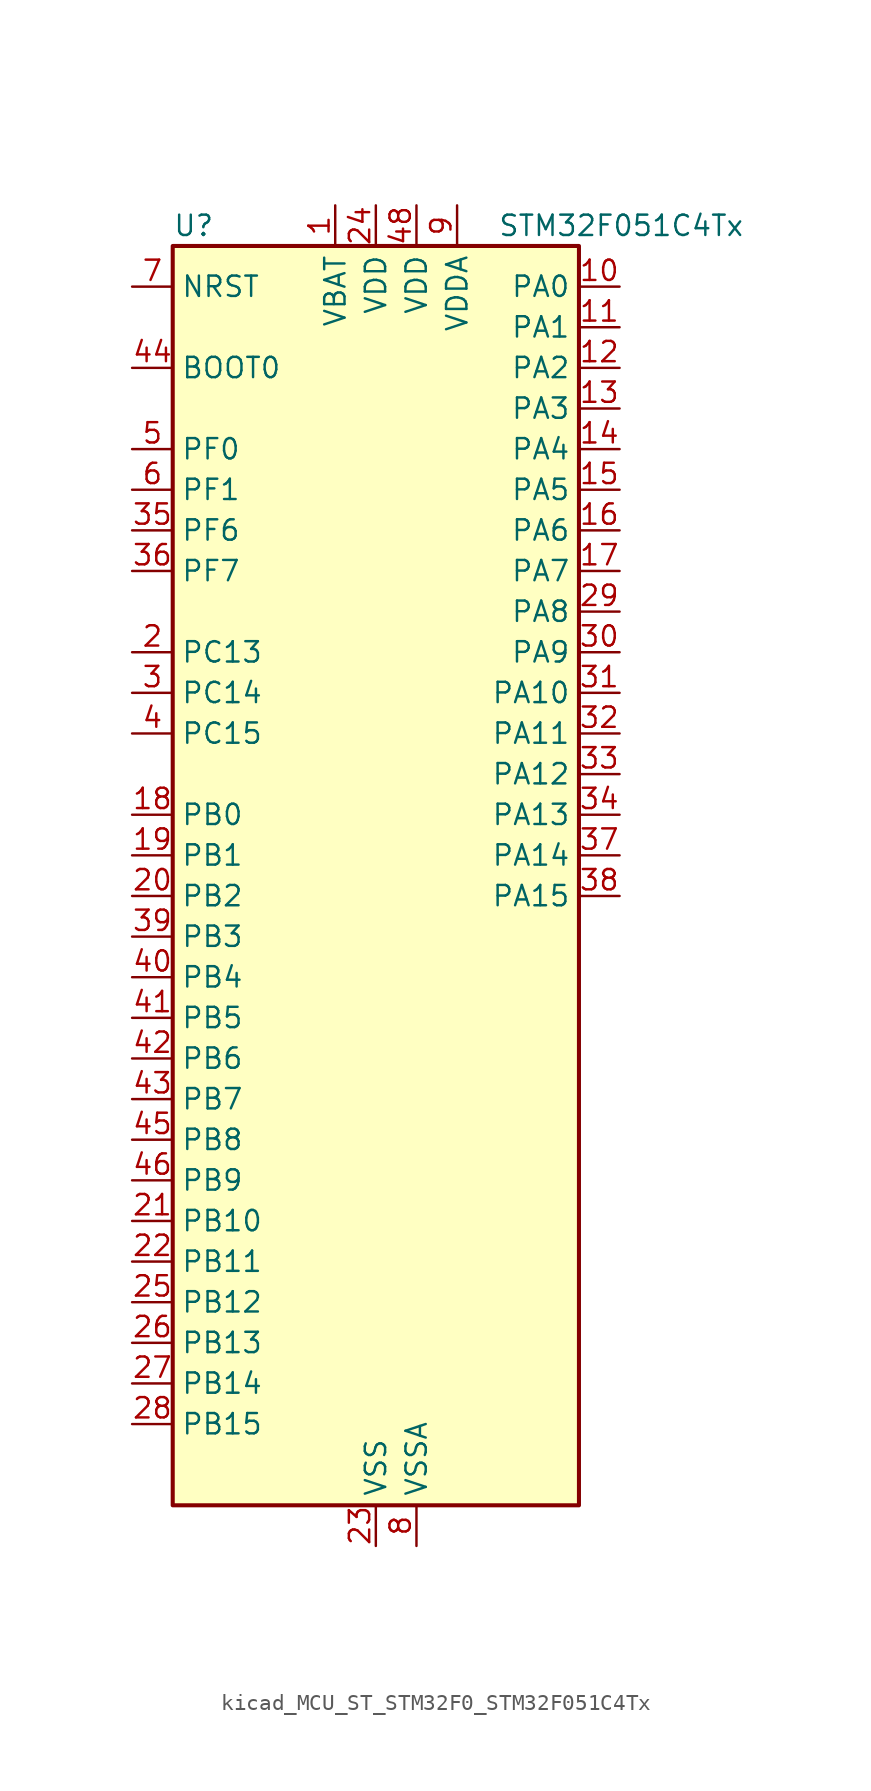
<source format=kicad_sym>
(kicad_symbol_lib
  (version 20220914)
  (generator kicad_symbol_editor)
  (symbol "kicad_MCU_ST_STM32F0_STM32F051C4Tx"
    (property "Reference" "U"
      (at -12.7 41.91 0)
      (effects (font (size 1.27 1.27)) (justify left)))
    (property "Value" "STM32F051C4Tx"
      (at 7.62 41.91 0)
      (effects (font (size 1.27 1.27)) (justify left)))
    (property "ki_locked" ""
      (at 0 0 0)
      (effects (font (size 1.27 1.27))))
    (symbol "kicad_MCU_ST_STM32F0_STM32F051C4Tx_0_1"
      (rectangle (start -12.7 -38.1) (end 12.7 40.64) (stroke (width 0.254) (type default)) (fill (type background))))
    (symbol "kicad_MCU_ST_STM32F0_STM32F051C4Tx_1_1"
      (pin power_in line (at -2.54 43.18 270) (length 2.54) (name "VBAT" (effects (font (size 1.27 1.27)))) (number "1" (effects (font (size 1.27 1.27)))))
      (pin bidirectional line (at 15.24 38.1 180) (length 2.54) (name "PA0" (effects (font (size 1.27 1.27)))) (number "10" (effects (font (size 1.27 1.27)))) (alternate "ADC_IN0" bidirectional line) (alternate "COMP1_INM" bidirectional line) (alternate "COMP1_OUT" bidirectional line) (alternate "RTC_TAMP2" bidirectional line) (alternate "SYS_WKUP1" bidirectional line) (alternate "TIM2_CH1" bidirectional line) (alternate "TIM2_ETR" bidirectional line) (alternate "TSC_G1_IO1" bidirectional line))
      (pin bidirectional line (at 15.24 35.56 180) (length 2.54) (name "PA1" (effects (font (size 1.27 1.27)))) (number "11" (effects (font (size 1.27 1.27)))) (alternate "ADC_IN1" bidirectional line) (alternate "COMP1_INP" bidirectional line) (alternate "TIM2_CH2" bidirectional line) (alternate "TSC_G1_IO2" bidirectional line))
      (pin bidirectional line (at 15.24 33.02 180) (length 2.54) (name "PA2" (effects (font (size 1.27 1.27)))) (number "12" (effects (font (size 1.27 1.27)))) (alternate "ADC_IN2" bidirectional line) (alternate "COMP2_INM" bidirectional line) (alternate "COMP2_OUT" bidirectional line) (alternate "TIM15_CH1" bidirectional line) (alternate "TIM2_CH3" bidirectional line) (alternate "TSC_G1_IO3" bidirectional line))
      (pin bidirectional line (at 15.24 30.48 180) (length 2.54) (name "PA3" (effects (font (size 1.27 1.27)))) (number "13" (effects (font (size 1.27 1.27)))) (alternate "ADC_IN3" bidirectional line) (alternate "COMP2_INP" bidirectional line) (alternate "TIM15_CH2" bidirectional line) (alternate "TIM2_CH4" bidirectional line) (alternate "TSC_G1_IO4" bidirectional line))
      (pin bidirectional line (at 15.24 27.94 180) (length 2.54) (name "PA4" (effects (font (size 1.27 1.27)))) (number "14" (effects (font (size 1.27 1.27)))) (alternate "ADC_IN4" bidirectional line) (alternate "COMP1_INM" bidirectional line) (alternate "COMP2_INM" bidirectional line) (alternate "DAC1_OUT1" bidirectional line) (alternate "I2S1_WS" bidirectional line) (alternate "SPI1_NSS" bidirectional line) (alternate "TIM14_CH1" bidirectional line) (alternate "TSC_G2_IO1" bidirectional line))
      (pin bidirectional line (at 15.24 25.4 180) (length 2.54) (name "PA5" (effects (font (size 1.27 1.27)))) (number "15" (effects (font (size 1.27 1.27)))) (alternate "ADC_IN5" bidirectional line) (alternate "CEC" bidirectional line) (alternate "COMP1_INM" bidirectional line) (alternate "COMP2_INM" bidirectional line) (alternate "I2S1_CK" bidirectional line) (alternate "SPI1_SCK" bidirectional line) (alternate "TIM2_CH1" bidirectional line) (alternate "TIM2_ETR" bidirectional line) (alternate "TSC_G2_IO2" bidirectional line))
      (pin bidirectional line (at 15.24 22.86 180) (length 2.54) (name "PA6" (effects (font (size 1.27 1.27)))) (number "16" (effects (font (size 1.27 1.27)))) (alternate "ADC_IN6" bidirectional line) (alternate "COMP1_OUT" bidirectional line) (alternate "I2S1_MCK" bidirectional line) (alternate "SPI1_MISO" bidirectional line) (alternate "TIM16_CH1" bidirectional line) (alternate "TIM1_BKIN" bidirectional line) (alternate "TIM3_CH1" bidirectional line) (alternate "TSC_G2_IO3" bidirectional line))
      (pin bidirectional line (at 15.24 20.32 180) (length 2.54) (name "PA7" (effects (font (size 1.27 1.27)))) (number "17" (effects (font (size 1.27 1.27)))) (alternate "ADC_IN7" bidirectional line) (alternate "COMP2_OUT" bidirectional line) (alternate "I2S1_SD" bidirectional line) (alternate "SPI1_MOSI" bidirectional line) (alternate "TIM14_CH1" bidirectional line) (alternate "TIM17_CH1" bidirectional line) (alternate "TIM1_CH1N" bidirectional line) (alternate "TIM3_CH2" bidirectional line) (alternate "TSC_G2_IO4" bidirectional line))
      (pin bidirectional line (at -15.24 5.08 0) (length 2.54) (name "PB0" (effects (font (size 1.27 1.27)))) (number "18" (effects (font (size 1.27 1.27)))) (alternate "ADC_IN8" bidirectional line) (alternate "TIM1_CH2N" bidirectional line) (alternate "TIM3_CH3" bidirectional line) (alternate "TSC_G3_IO2" bidirectional line))
      (pin bidirectional line (at -15.24 2.54 0) (length 2.54) (name "PB1" (effects (font (size 1.27 1.27)))) (number "19" (effects (font (size 1.27 1.27)))) (alternate "ADC_IN9" bidirectional line) (alternate "TIM14_CH1" bidirectional line) (alternate "TIM1_CH3N" bidirectional line) (alternate "TIM3_CH4" bidirectional line) (alternate "TSC_G3_IO3" bidirectional line))
      (pin bidirectional line (at -15.24 15.24 0) (length 2.54) (name "PC13" (effects (font (size 1.27 1.27)))) (number "2" (effects (font (size 1.27 1.27)))) (alternate "RTC_OUT_ALARM" bidirectional line) (alternate "RTC_OUT_CALIB" bidirectional line) (alternate "RTC_TAMP1" bidirectional line) (alternate "RTC_TS" bidirectional line) (alternate "SYS_WKUP2" bidirectional line))
      (pin bidirectional line (at -15.24 0 0) (length 2.54) (name "PB2" (effects (font (size 1.27 1.27)))) (number "20" (effects (font (size 1.27 1.27)))) (alternate "TSC_G3_IO4" bidirectional line))
      (pin bidirectional line (at -15.24 -20.32 0) (length 2.54) (name "PB10" (effects (font (size 1.27 1.27)))) (number "21" (effects (font (size 1.27 1.27)))) (alternate "CEC" bidirectional line) (alternate "TIM2_CH3" bidirectional line) (alternate "TSC_SYNC" bidirectional line))
      (pin bidirectional line (at -15.24 -22.86 0) (length 2.54) (name "PB11" (effects (font (size 1.27 1.27)))) (number "22" (effects (font (size 1.27 1.27)))) (alternate "TIM2_CH4" bidirectional line) (alternate "TSC_G6_IO1" bidirectional line))
      (pin power_in line (at 0 -40.64 90) (length 2.54) (name "VSS" (effects (font (size 1.27 1.27)))) (number "23" (effects (font (size 1.27 1.27)))))
      (pin power_in line (at 0 43.18 270) (length 2.54) (name "VDD" (effects (font (size 1.27 1.27)))) (number "24" (effects (font (size 1.27 1.27)))))
      (pin bidirectional line (at -15.24 -25.4 0) (length 2.54) (name "PB12" (effects (font (size 1.27 1.27)))) (number "25" (effects (font (size 1.27 1.27)))) (alternate "TIM1_BKIN" bidirectional line) (alternate "TSC_G6_IO2" bidirectional line))
      (pin bidirectional line (at -15.24 -27.94 0) (length 2.54) (name "PB13" (effects (font (size 1.27 1.27)))) (number "26" (effects (font (size 1.27 1.27)))) (alternate "TIM1_CH1N" bidirectional line) (alternate "TSC_G6_IO3" bidirectional line))
      (pin bidirectional line (at -15.24 -30.48 0) (length 2.54) (name "PB14" (effects (font (size 1.27 1.27)))) (number "27" (effects (font (size 1.27 1.27)))) (alternate "TIM15_CH1" bidirectional line) (alternate "TIM1_CH2N" bidirectional line) (alternate "TSC_G6_IO4" bidirectional line))
      (pin bidirectional line (at -15.24 -33.02 0) (length 2.54) (name "PB15" (effects (font (size 1.27 1.27)))) (number "28" (effects (font (size 1.27 1.27)))) (alternate "RTC_REFIN" bidirectional line) (alternate "TIM15_CH1N" bidirectional line) (alternate "TIM15_CH2" bidirectional line) (alternate "TIM1_CH3N" bidirectional line))
      (pin bidirectional line (at 15.24 17.78 180) (length 2.54) (name "PA8" (effects (font (size 1.27 1.27)))) (number "29" (effects (font (size 1.27 1.27)))) (alternate "RCC_MCO" bidirectional line) (alternate "TIM1_CH1" bidirectional line) (alternate "USART1_CK" bidirectional line))
      (pin bidirectional line (at -15.24 12.7 0) (length 2.54) (name "PC14" (effects (font (size 1.27 1.27)))) (number "3" (effects (font (size 1.27 1.27)))) (alternate "RCC_OSC32_IN" bidirectional line))
      (pin bidirectional line (at 15.24 15.24 180) (length 2.54) (name "PA9" (effects (font (size 1.27 1.27)))) (number "30" (effects (font (size 1.27 1.27)))) (alternate "DAC1_EXTI9" bidirectional line) (alternate "TIM15_BKIN" bidirectional line) (alternate "TIM1_CH2" bidirectional line) (alternate "TSC_G4_IO1" bidirectional line) (alternate "USART1_TX" bidirectional line))
      (pin bidirectional line (at 15.24 12.7 180) (length 2.54) (name "PA10" (effects (font (size 1.27 1.27)))) (number "31" (effects (font (size 1.27 1.27)))) (alternate "TIM17_BKIN" bidirectional line) (alternate "TIM1_CH3" bidirectional line) (alternate "TSC_G4_IO2" bidirectional line) (alternate "USART1_RX" bidirectional line))
      (pin bidirectional line (at 15.24 10.16 180) (length 2.54) (name "PA11" (effects (font (size 1.27 1.27)))) (number "32" (effects (font (size 1.27 1.27)))) (alternate "COMP1_OUT" bidirectional line) (alternate "TIM1_CH4" bidirectional line) (alternate "TSC_G4_IO3" bidirectional line) (alternate "USART1_CTS" bidirectional line))
      (pin bidirectional line (at 15.24 7.62 180) (length 2.54) (name "PA12" (effects (font (size 1.27 1.27)))) (number "33" (effects (font (size 1.27 1.27)))) (alternate "COMP2_OUT" bidirectional line) (alternate "TIM1_ETR" bidirectional line) (alternate "TSC_G4_IO4" bidirectional line) (alternate "USART1_DE" bidirectional line) (alternate "USART1_RTS" bidirectional line))
      (pin bidirectional line (at 15.24 5.08 180) (length 2.54) (name "PA13" (effects (font (size 1.27 1.27)))) (number "34" (effects (font (size 1.27 1.27)))) (alternate "IR_OUT" bidirectional line) (alternate "SYS_SWDIO" bidirectional line))
      (pin bidirectional line (at -15.24 22.86 0) (length 2.54) (name "PF6" (effects (font (size 1.27 1.27)))) (number "35" (effects (font (size 1.27 1.27)))))
      (pin bidirectional line (at -15.24 20.32 0) (length 2.54) (name "PF7" (effects (font (size 1.27 1.27)))) (number "36" (effects (font (size 1.27 1.27)))))
      (pin bidirectional line (at 15.24 2.54 180) (length 2.54) (name "PA14" (effects (font (size 1.27 1.27)))) (number "37" (effects (font (size 1.27 1.27)))) (alternate "SYS_SWCLK" bidirectional line))
      (pin bidirectional line (at 15.24 0 180) (length 2.54) (name "PA15" (effects (font (size 1.27 1.27)))) (number "38" (effects (font (size 1.27 1.27)))) (alternate "I2S1_WS" bidirectional line) (alternate "SPI1_NSS" bidirectional line) (alternate "TIM2_CH1" bidirectional line) (alternate "TIM2_ETR" bidirectional line))
      (pin bidirectional line (at -15.24 -2.54 0) (length 2.54) (name "PB3" (effects (font (size 1.27 1.27)))) (number "39" (effects (font (size 1.27 1.27)))) (alternate "I2S1_CK" bidirectional line) (alternate "SPI1_SCK" bidirectional line) (alternate "TIM2_CH2" bidirectional line) (alternate "TSC_G5_IO1" bidirectional line))
      (pin bidirectional line (at -15.24 10.16 0) (length 2.54) (name "PC15" (effects (font (size 1.27 1.27)))) (number "4" (effects (font (size 1.27 1.27)))) (alternate "RCC_OSC32_OUT" bidirectional line))
      (pin bidirectional line (at -15.24 -5.08 0) (length 2.54) (name "PB4" (effects (font (size 1.27 1.27)))) (number "40" (effects (font (size 1.27 1.27)))) (alternate "I2S1_MCK" bidirectional line) (alternate "SPI1_MISO" bidirectional line) (alternate "TIM3_CH1" bidirectional line) (alternate "TSC_G5_IO2" bidirectional line))
      (pin bidirectional line (at -15.24 -7.62 0) (length 2.54) (name "PB5" (effects (font (size 1.27 1.27)))) (number "41" (effects (font (size 1.27 1.27)))) (alternate "I2C1_SMBA" bidirectional line) (alternate "I2S1_SD" bidirectional line) (alternate "SPI1_MOSI" bidirectional line) (alternate "TIM16_BKIN" bidirectional line) (alternate "TIM3_CH2" bidirectional line))
      (pin bidirectional line (at -15.24 -10.16 0) (length 2.54) (name "PB6" (effects (font (size 1.27 1.27)))) (number "42" (effects (font (size 1.27 1.27)))) (alternate "I2C1_SCL" bidirectional line) (alternate "TIM16_CH1N" bidirectional line) (alternate "TSC_G5_IO3" bidirectional line) (alternate "USART1_TX" bidirectional line))
      (pin bidirectional line (at -15.24 -12.7 0) (length 2.54) (name "PB7" (effects (font (size 1.27 1.27)))) (number "43" (effects (font (size 1.27 1.27)))) (alternate "I2C1_SDA" bidirectional line) (alternate "TIM17_CH1N" bidirectional line) (alternate "TSC_G5_IO4" bidirectional line) (alternate "USART1_RX" bidirectional line))
      (pin input line (at -15.24 33.02 0) (length 2.54) (name "BOOT0" (effects (font (size 1.27 1.27)))) (number "44" (effects (font (size 1.27 1.27)))))
      (pin bidirectional line (at -15.24 -15.24 0) (length 2.54) (name "PB8" (effects (font (size 1.27 1.27)))) (number "45" (effects (font (size 1.27 1.27)))) (alternate "CEC" bidirectional line) (alternate "I2C1_SCL" bidirectional line) (alternate "TIM16_CH1" bidirectional line) (alternate "TSC_SYNC" bidirectional line))
      (pin bidirectional line (at -15.24 -17.78 0) (length 2.54) (name "PB9" (effects (font (size 1.27 1.27)))) (number "46" (effects (font (size 1.27 1.27)))) (alternate "DAC1_EXTI9" bidirectional line) (alternate "I2C1_SDA" bidirectional line) (alternate "IR_OUT" bidirectional line) (alternate "TIM17_CH1" bidirectional line))
      (pin passive line (at 0 -40.64 90) (length 2.54) hide (name "VSS" (effects (font (size 1.27 1.27)))) (number "47" (effects (font (size 1.27 1.27)))))
      (pin power_in line (at 2.54 43.18 270) (length 2.54) (name "VDD" (effects (font (size 1.27 1.27)))) (number "48" (effects (font (size 1.27 1.27)))))
      (pin bidirectional line (at -15.24 27.94 0) (length 2.54) (name "PF0" (effects (font (size 1.27 1.27)))) (number "5" (effects (font (size 1.27 1.27)))) (alternate "RCC_OSC_IN" bidirectional line))
      (pin bidirectional line (at -15.24 25.4 0) (length 2.54) (name "PF1" (effects (font (size 1.27 1.27)))) (number "6" (effects (font (size 1.27 1.27)))) (alternate "RCC_OSC_OUT" bidirectional line))
      (pin input line (at -15.24 38.1 0) (length 2.54) (name "NRST" (effects (font (size 1.27 1.27)))) (number "7" (effects (font (size 1.27 1.27)))))
      (pin power_in line (at 2.54 -40.64 90) (length 2.54) (name "VSSA" (effects (font (size 1.27 1.27)))) (number "8" (effects (font (size 1.27 1.27)))))
      (pin power_in line (at 5.08 43.18 270) (length 2.54) (name "VDDA" (effects (font (size 1.27 1.27)))) (number "9" (effects (font (size 1.27 1.27))))))))
</source>
